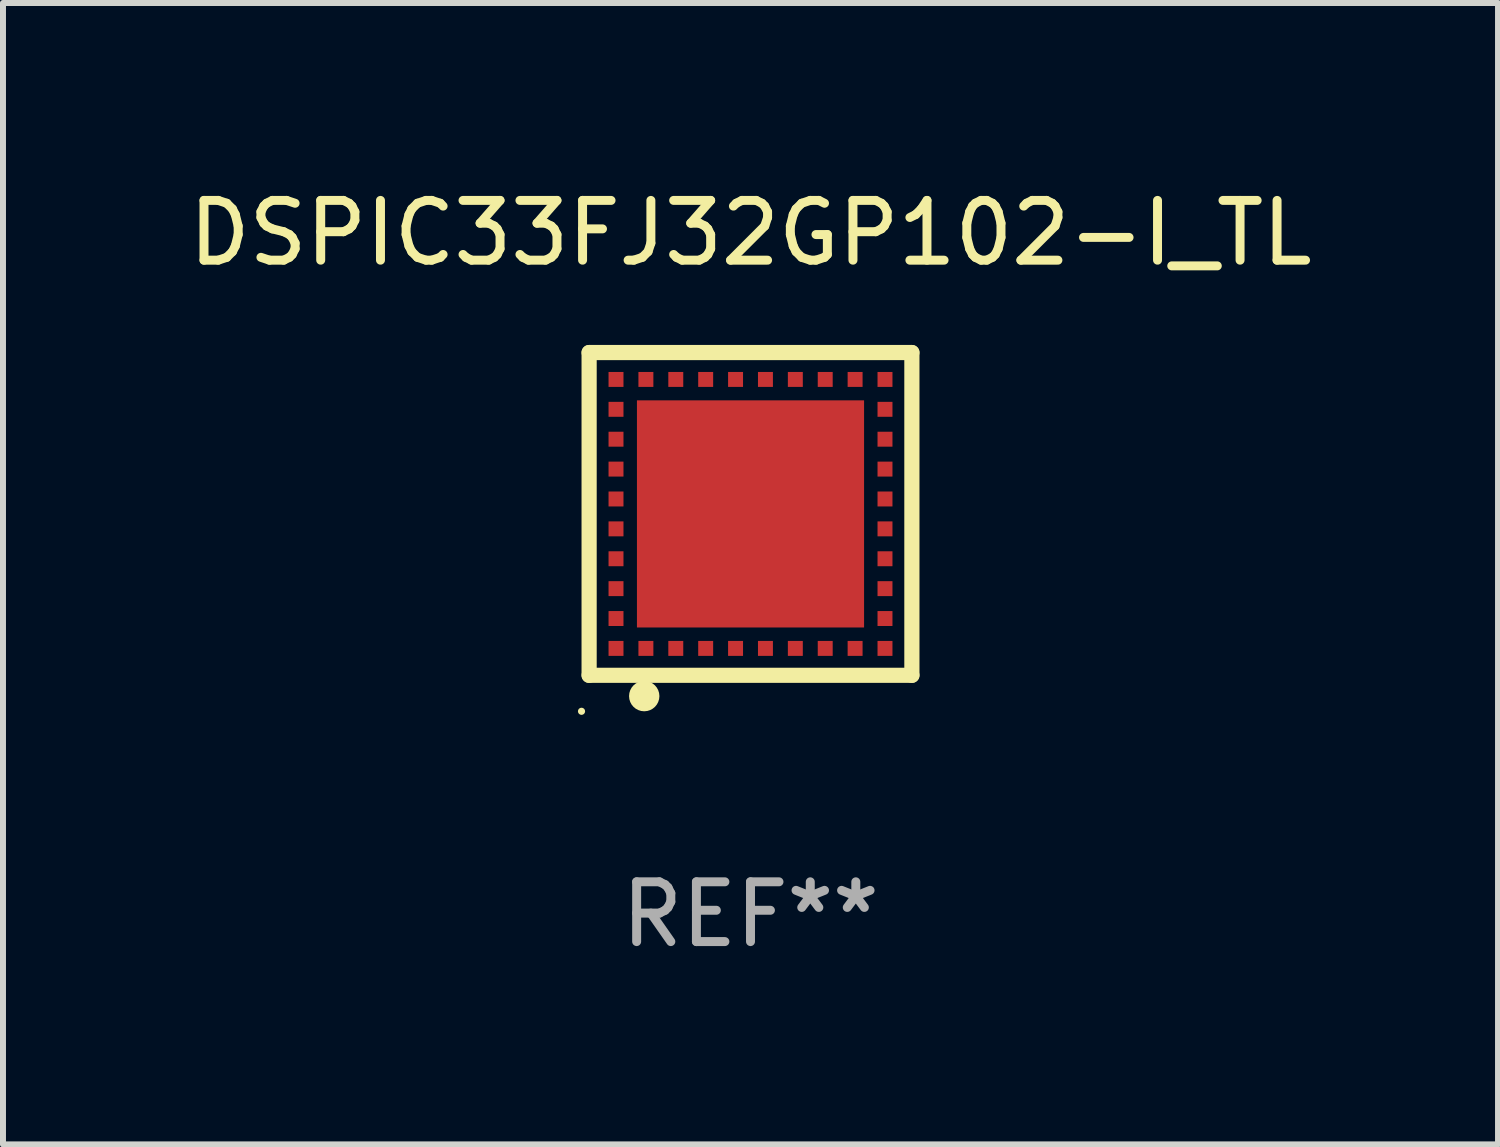
<source format=kicad_pcb>
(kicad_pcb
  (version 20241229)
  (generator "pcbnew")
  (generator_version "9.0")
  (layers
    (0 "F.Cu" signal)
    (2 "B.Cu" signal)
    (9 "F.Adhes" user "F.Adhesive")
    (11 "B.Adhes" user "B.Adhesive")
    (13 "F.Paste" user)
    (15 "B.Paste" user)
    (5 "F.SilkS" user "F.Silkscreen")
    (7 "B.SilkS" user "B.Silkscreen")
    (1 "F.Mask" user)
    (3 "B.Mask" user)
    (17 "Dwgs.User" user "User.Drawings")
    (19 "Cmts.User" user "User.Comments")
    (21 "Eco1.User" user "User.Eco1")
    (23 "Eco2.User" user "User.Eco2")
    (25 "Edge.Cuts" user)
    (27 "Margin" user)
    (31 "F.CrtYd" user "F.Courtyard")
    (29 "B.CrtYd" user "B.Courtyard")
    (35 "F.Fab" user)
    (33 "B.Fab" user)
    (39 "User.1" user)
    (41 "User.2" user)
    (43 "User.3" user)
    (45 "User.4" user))
  (footprint "DSPIC33FJ32GP102-I_TL"
    (layer "F.Cu")
    (at 9.506 5.548)
    (property "Reference" "DSPIC33FJ32GP102-I_TL" (at 0 -4.7 0) (layer "F.SilkS") (effects (font (size 1 1) (thickness 0.15))))
    (attr through_hole)
    (fp_line (start -2.7 -2.7) (end 2.7 -2.7) (stroke (width 0.254) (type solid)) (layer "F.SilkS"))
    (fp_line (start -2.7 2.7) (end -2.7 -2.7) (stroke (width 0.254) (type solid)) (layer "F.SilkS"))
    (fp_line (start 2.7 -2.7) (end 2.7 2.7) (stroke (width 0.254) (type solid)) (layer "F.SilkS"))
    (fp_line (start 2.7 2.7) (end -2.7 2.7) (stroke (width 0.254) (type solid)) (layer "F.SilkS"))
    (fp_circle (center -2.827 3.302) (end -2.797 3.302) (stroke (width 0.06) (type solid)) (fill no) (layer "F.SilkS"))
    (fp_circle (center -1.778 3.048) (end -1.651 3.048) (stroke (width 0.254) (type solid)) (fill no) (layer "F.SilkS"))
    (fp_text user "REF**" (at 0 6.7 0) (layer "F.Fab") (effects (font (size 1 1) (thickness 0.15))))
    (pad "1" smd rect (at -1.75 2.25) (size 0.25 0.25) (layers "F.Cu" "F.Mask" "F.Paste"))
    (pad "2" smd rect (at -1.25 2.25) (size 0.25 0.25) (layers "F.Cu" "F.Mask" "F.Paste"))
    (pad "3" smd rect (at -0.75 2.25) (size 0.25 0.25) (layers "F.Cu" "F.Mask" "F.Paste"))
    (pad "4" smd rect (at -0.25 2.25) (size 0.25 0.25) (layers "F.Cu" "F.Mask" "F.Paste"))
    (pad "5" smd rect (at 0.25 2.25) (size 0.25 0.25) (layers "F.Cu" "F.Mask" "F.Paste"))
    (pad "6" smd rect (at 0.75 2.25) (size 0.25 0.25) (layers "F.Cu" "F.Mask" "F.Paste"))
    (pad "7" smd rect (at 1.25 2.25) (size 0.25 0.25) (layers "F.Cu" "F.Mask" "F.Paste"))
    (pad "8" smd rect (at 1.75 2.25) (size 0.25 0.25) (layers "F.Cu" "F.Mask" "F.Paste"))
    (pad "9" smd rect (at 2.25 2.25) (size 0.25 0.25) (layers "F.Cu" "F.Mask" "F.Paste"))
    (pad "10" smd rect (at 2.25 1.75) (size 0.25 0.25) (layers "F.Cu" "F.Mask" "F.Paste"))
    (pad "11" smd rect (at 2.25 1.25) (size 0.25 0.25) (layers "F.Cu" "F.Mask" "F.Paste"))
    (pad "12" smd rect (at 2.25 0.75) (size 0.25 0.25) (layers "F.Cu" "F.Mask" "F.Paste"))
    (pad "13" smd rect (at 2.25 0.25) (size 0.25 0.25) (layers "F.Cu" "F.Mask" "F.Paste"))
    (pad "14" smd rect (at 2.25 -0.25) (size 0.25 0.25) (layers "F.Cu" "F.Mask" "F.Paste"))
    (pad "15" smd rect (at 2.25 -0.75) (size 0.25 0.25) (layers "F.Cu" "F.Mask" "F.Paste"))
    (pad "16" smd rect (at 2.25 -1.25) (size 0.25 0.25) (layers "F.Cu" "F.Mask" "F.Paste"))
    (pad "17" smd rect (at 2.25 -1.75) (size 0.25 0.25) (layers "F.Cu" "F.Mask" "F.Paste"))
    (pad "18" smd rect (at 2.25 -2.25) (size 0.25 0.25) (layers "F.Cu" "F.Mask" "F.Paste"))
    (pad "19" smd rect (at 1.75 -2.25) (size 0.25 0.25) (layers "F.Cu" "F.Mask" "F.Paste"))
    (pad "20" smd rect (at 1.25 -2.25) (size 0.25 0.25) (layers "F.Cu" "F.Mask" "F.Paste"))
    (pad "21" smd rect (at 0.75 -2.25) (size 0.25 0.25) (layers "F.Cu" "F.Mask" "F.Paste"))
    (pad "22" smd rect (at 0.25 -2.25) (size 0.25 0.25) (layers "F.Cu" "F.Mask" "F.Paste"))
    (pad "23" smd rect (at -0.25 -2.25) (size 0.25 0.25) (layers "F.Cu" "F.Mask" "F.Paste"))
    (pad "24" smd rect (at -0.75 -2.25) (size 0.25 0.25) (layers "F.Cu" "F.Mask" "F.Paste"))
    (pad "25" smd rect (at -1.25 -2.25) (size 0.25 0.25) (layers "F.Cu" "F.Mask" "F.Paste"))
    (pad "26" smd rect (at -1.75 -2.25) (size 0.25 0.25) (layers "F.Cu" "F.Mask" "F.Paste"))
    (pad "27" smd rect (at -2.25 -2.25) (size 0.25 0.25) (layers "F.Cu" "F.Mask" "F.Paste"))
    (pad "28" smd rect (at -2.25 -1.75) (size 0.25 0.25) (layers "F.Cu" "F.Mask" "F.Paste"))
    (pad "29" smd rect (at -2.25 -1.25) (size 0.25 0.25) (layers "F.Cu" "F.Mask" "F.Paste"))
    (pad "30" smd rect (at -2.25 -0.75) (size 0.25 0.25) (layers "F.Cu" "F.Mask" "F.Paste"))
    (pad "31" smd rect (at -2.25 -0.25) (size 0.25 0.25) (layers "F.Cu" "F.Mask" "F.Paste"))
    (pad "32" smd rect (at -2.25 0.25) (size 0.25 0.25) (layers "F.Cu" "F.Mask" "F.Paste"))
    (pad "33" smd rect (at -2.25 0.75) (size 0.25 0.25) (layers "F.Cu" "F.Mask" "F.Paste"))
    (pad "34" smd rect (at -2.25 1.25) (size 0.25 0.25) (layers "F.Cu" "F.Mask" "F.Paste"))
    (pad "35" smd rect (at -2.25 1.75) (size 0.25 0.25) (layers "F.Cu" "F.Mask" "F.Paste"))
    (pad "36" smd rect (at -2.25 2.25) (size 0.25 0.25) (layers "F.Cu" "F.Mask" "F.Paste"))
    (pad "37" smd rect (at 0.000127 -0.000076) (size 3.8 3.8) (layers "F.Cu" "F.Mask" "F.Paste")))
  (gr_rect
    (start -3 -3)
    (end 22.012 16.096)
    (stroke (width 0.1) (type default))
    (fill no)
    (layer "Edge.Cuts")))
</source>
